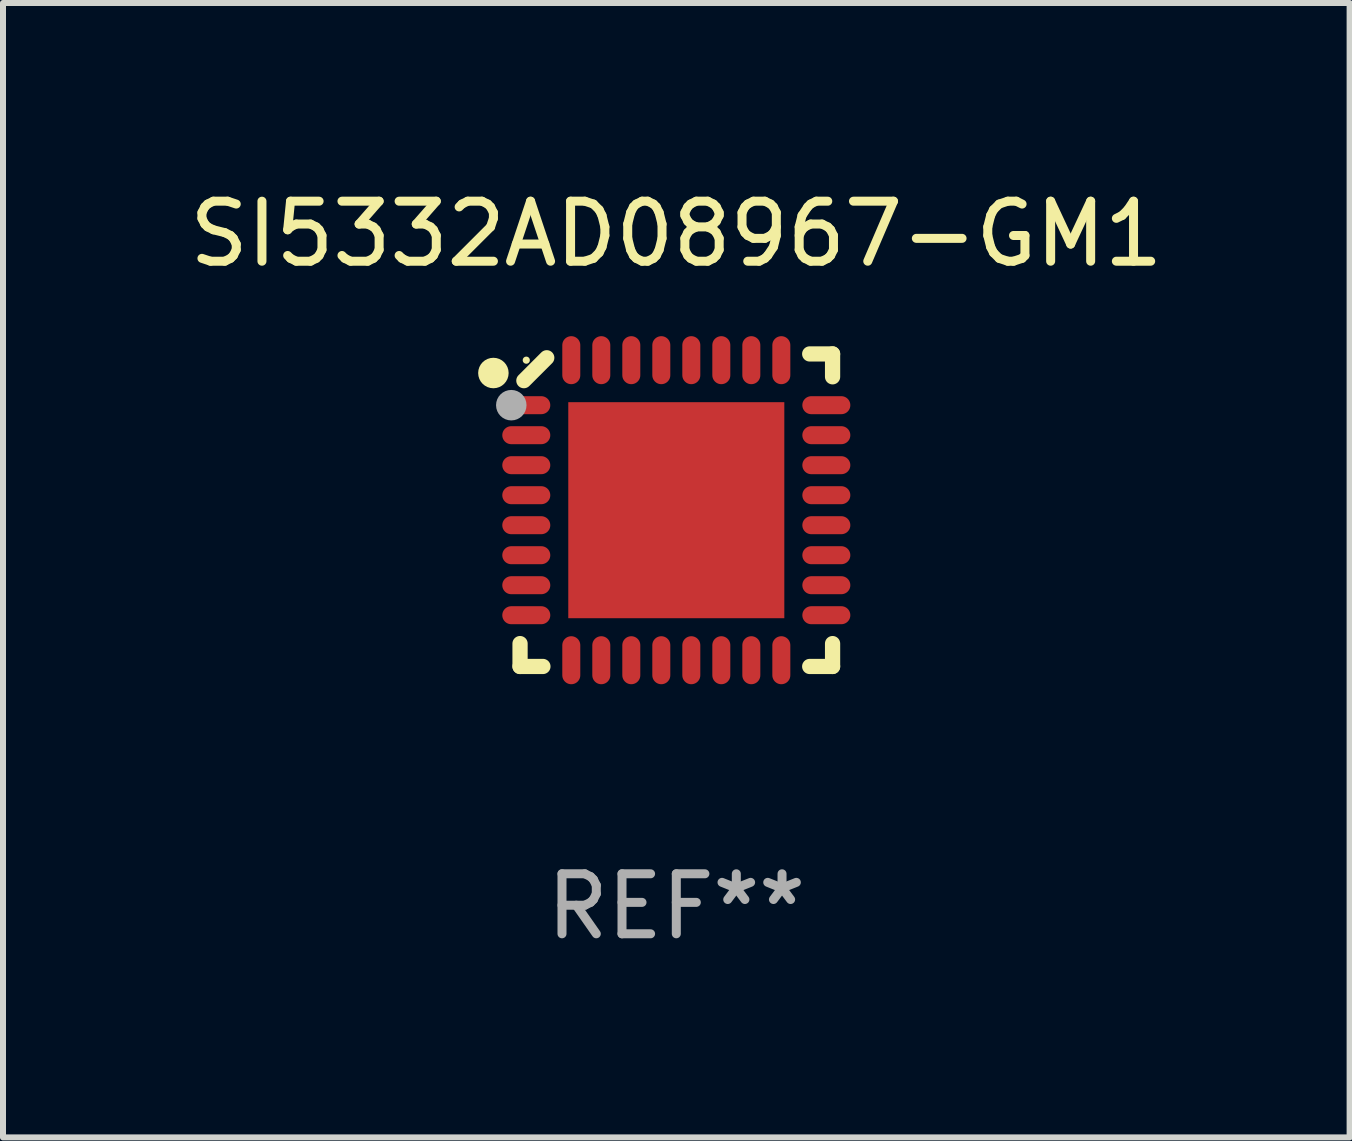
<source format=kicad_pcb>
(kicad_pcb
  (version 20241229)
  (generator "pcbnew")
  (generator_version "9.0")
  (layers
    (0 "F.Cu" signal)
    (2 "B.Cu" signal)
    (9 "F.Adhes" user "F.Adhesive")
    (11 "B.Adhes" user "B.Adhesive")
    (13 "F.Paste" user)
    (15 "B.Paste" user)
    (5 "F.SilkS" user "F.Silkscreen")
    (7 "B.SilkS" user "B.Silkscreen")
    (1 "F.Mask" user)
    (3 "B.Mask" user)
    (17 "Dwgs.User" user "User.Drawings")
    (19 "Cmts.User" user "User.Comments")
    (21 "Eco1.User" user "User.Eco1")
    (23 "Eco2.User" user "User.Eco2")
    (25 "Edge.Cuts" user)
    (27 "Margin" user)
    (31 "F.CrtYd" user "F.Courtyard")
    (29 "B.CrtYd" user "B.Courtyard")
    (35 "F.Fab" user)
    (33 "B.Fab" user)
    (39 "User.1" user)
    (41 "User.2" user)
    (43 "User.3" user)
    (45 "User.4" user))
  (footprint "SI5332AD08967-GM1"
    (layer "F.Cu")
    (at 8.22 5.452)
    (property "Reference" "SI5332AD08967-GM1" (at 0 -4.604 0) (layer "F.SilkS") (effects (font (size 1 1) (thickness 0.15))))
    (attr through_hole)
    (fp_line (start -2.604 2.223) (end -2.604 2.604) (stroke (width 0.254) (type solid)) (layer "F.SilkS"))
    (fp_line (start -2.604 2.604) (end -2.223 2.604) (stroke (width 0.254) (type solid)) (layer "F.SilkS"))
    (fp_line (start -2.159 -2.54) (end -2.54 -2.159) (stroke (width 0.254) (type solid)) (layer "F.SilkS"))
    (fp_line (start 2.223 2.604) (end 2.604 2.604) (stroke (width 0.254) (type solid)) (layer "F.SilkS"))
    (fp_line (start 2.604 -2.604) (end 2.223 -2.604) (stroke (width 0.254) (type solid)) (layer "F.SilkS"))
    (fp_line (start 2.604 -2.223) (end 2.604 -2.604) (stroke (width 0.254) (type solid)) (layer "F.SilkS"))
    (fp_line (start 2.604 2.604) (end 2.604 2.223) (stroke (width 0.254) (type solid)) (layer "F.SilkS"))
    (fp_circle (center -3.048 -2.286) (end -2.921 -2.286) (stroke (width 0.254) (type solid)) (fill no) (layer "F.SilkS"))
    (fp_circle (center -2.5 -2.5) (end -2.47 -2.5) (stroke (width 0.06) (type solid)) (fill no) (layer "F.SilkS"))
    (fp_circle (center -2.75 -1.75) (end -2.623 -1.75) (stroke (width 0.254) (type solid)) (fill no) (layer "F.Fab"))
    (fp_text user "REF**" (at 0 6.604 0) (layer "F.Fab") (effects (font (size 1 1) (thickness 0.15))))
    (pad "1" smd oval (at -2.5 -1.75) (size 0.8 0.3) (layers "F.Cu" "F.Mask" "F.Paste"))
    (pad "2" smd oval (at -2.5 -1.25) (size 0.8 0.3) (layers "F.Cu" "F.Mask" "F.Paste"))
    (pad "3" smd oval (at -2.5 -0.75) (size 0.8 0.3) (layers "F.Cu" "F.Mask" "F.Paste"))
    (pad "4" smd oval (at -2.5 -0.25) (size 0.8 0.3) (layers "F.Cu" "F.Mask" "F.Paste"))
    (pad "5" smd oval (at -2.5 0.25) (size 0.8 0.3) (layers "F.Cu" "F.Mask" "F.Paste"))
    (pad "6" smd oval (at -2.5 0.75) (size 0.8 0.3) (layers "F.Cu" "F.Mask" "F.Paste"))
    (pad "7" smd oval (at -2.5 1.25) (size 0.8 0.3) (layers "F.Cu" "F.Mask" "F.Paste"))
    (pad "8" smd oval (at -2.5 1.75) (size 0.8 0.3) (layers "F.Cu" "F.Mask" "F.Paste"))
    (pad "9" smd oval (at -1.75 2.5) (size 0.3 0.8) (layers "F.Cu" "F.Mask" "F.Paste"))
    (pad "10" smd oval (at -1.25 2.5) (size 0.3 0.8) (layers "F.Cu" "F.Mask" "F.Paste"))
    (pad "11" smd oval (at -0.75 2.5) (size 0.3 0.8) (layers "F.Cu" "F.Mask" "F.Paste"))
    (pad "12" smd oval (at -0.25 2.5) (size 0.3 0.8) (layers "F.Cu" "F.Mask" "F.Paste"))
    (pad "13" smd oval (at 0.25 2.5) (size 0.3 0.8) (layers "F.Cu" "F.Mask" "F.Paste"))
    (pad "14" smd oval (at 0.75 2.5) (size 0.3 0.8) (layers "F.Cu" "F.Mask" "F.Paste"))
    (pad "15" smd oval (at 1.25 2.5) (size 0.3 0.8) (layers "F.Cu" "F.Mask" "F.Paste"))
    (pad "16" smd oval (at 1.75 2.5) (size 0.3 0.8) (layers "F.Cu" "F.Mask" "F.Paste"))
    (pad "17" smd oval (at 2.5 1.75) (size 0.8 0.3) (layers "F.Cu" "F.Mask" "F.Paste"))
    (pad "18" smd oval (at 2.5 1.25) (size 0.8 0.3) (layers "F.Cu" "F.Mask" "F.Paste"))
    (pad "19" smd oval (at 2.5 0.75) (size 0.8 0.3) (layers "F.Cu" "F.Mask" "F.Paste"))
    (pad "20" smd oval (at 2.5 0.25) (size 0.8 0.3) (layers "F.Cu" "F.Mask" "F.Paste"))
    (pad "21" smd oval (at 2.5 -0.25) (size 0.8 0.3) (layers "F.Cu" "F.Mask" "F.Paste"))
    (pad "22" smd oval (at 2.5 -0.75) (size 0.8 0.3) (layers "F.Cu" "F.Mask" "F.Paste"))
    (pad "23" smd oval (at 2.5 -1.25) (size 0.8 0.3) (layers "F.Cu" "F.Mask" "F.Paste"))
    (pad "24" smd oval (at 2.5 -1.75) (size 0.8 0.3) (layers "F.Cu" "F.Mask" "F.Paste"))
    (pad "25" smd oval (at 1.75 -2.5) (size 0.3 0.8) (layers "F.Cu" "F.Mask" "F.Paste"))
    (pad "26" smd oval (at 1.25 -2.5) (size 0.3 0.8) (layers "F.Cu" "F.Mask" "F.Paste"))
    (pad "27" smd oval (at 0.75 -2.5) (size 0.3 0.8) (layers "F.Cu" "F.Mask" "F.Paste"))
    (pad "28" smd oval (at 0.25 -2.5) (size 0.3 0.8) (layers "F.Cu" "F.Mask" "F.Paste"))
    (pad "29" smd oval (at -0.25 -2.5) (size 0.3 0.8) (layers "F.Cu" "F.Mask" "F.Paste"))
    (pad "30" smd oval (at -0.75 -2.5) (size 0.3 0.8) (layers "F.Cu" "F.Mask" "F.Paste"))
    (pad "31" smd oval (at -1.25 -2.5) (size 0.3 0.8) (layers "F.Cu" "F.Mask" "F.Paste"))
    (pad "32" smd oval (at -1.75 -2.5) (size 0.3 0.8) (layers "F.Cu" "F.Mask" "F.Paste"))
    (pad "33" smd rect (at -0.000076 0) (size 3.6 3.6) (layers "F.Cu" "F.Mask" "F.Paste")))
  (gr_rect
    (start -3 -3)
    (end 19.44 15.904)
    (stroke (width 0.1) (type default))
    (fill no)
    (layer "Edge.Cuts")))
</source>
